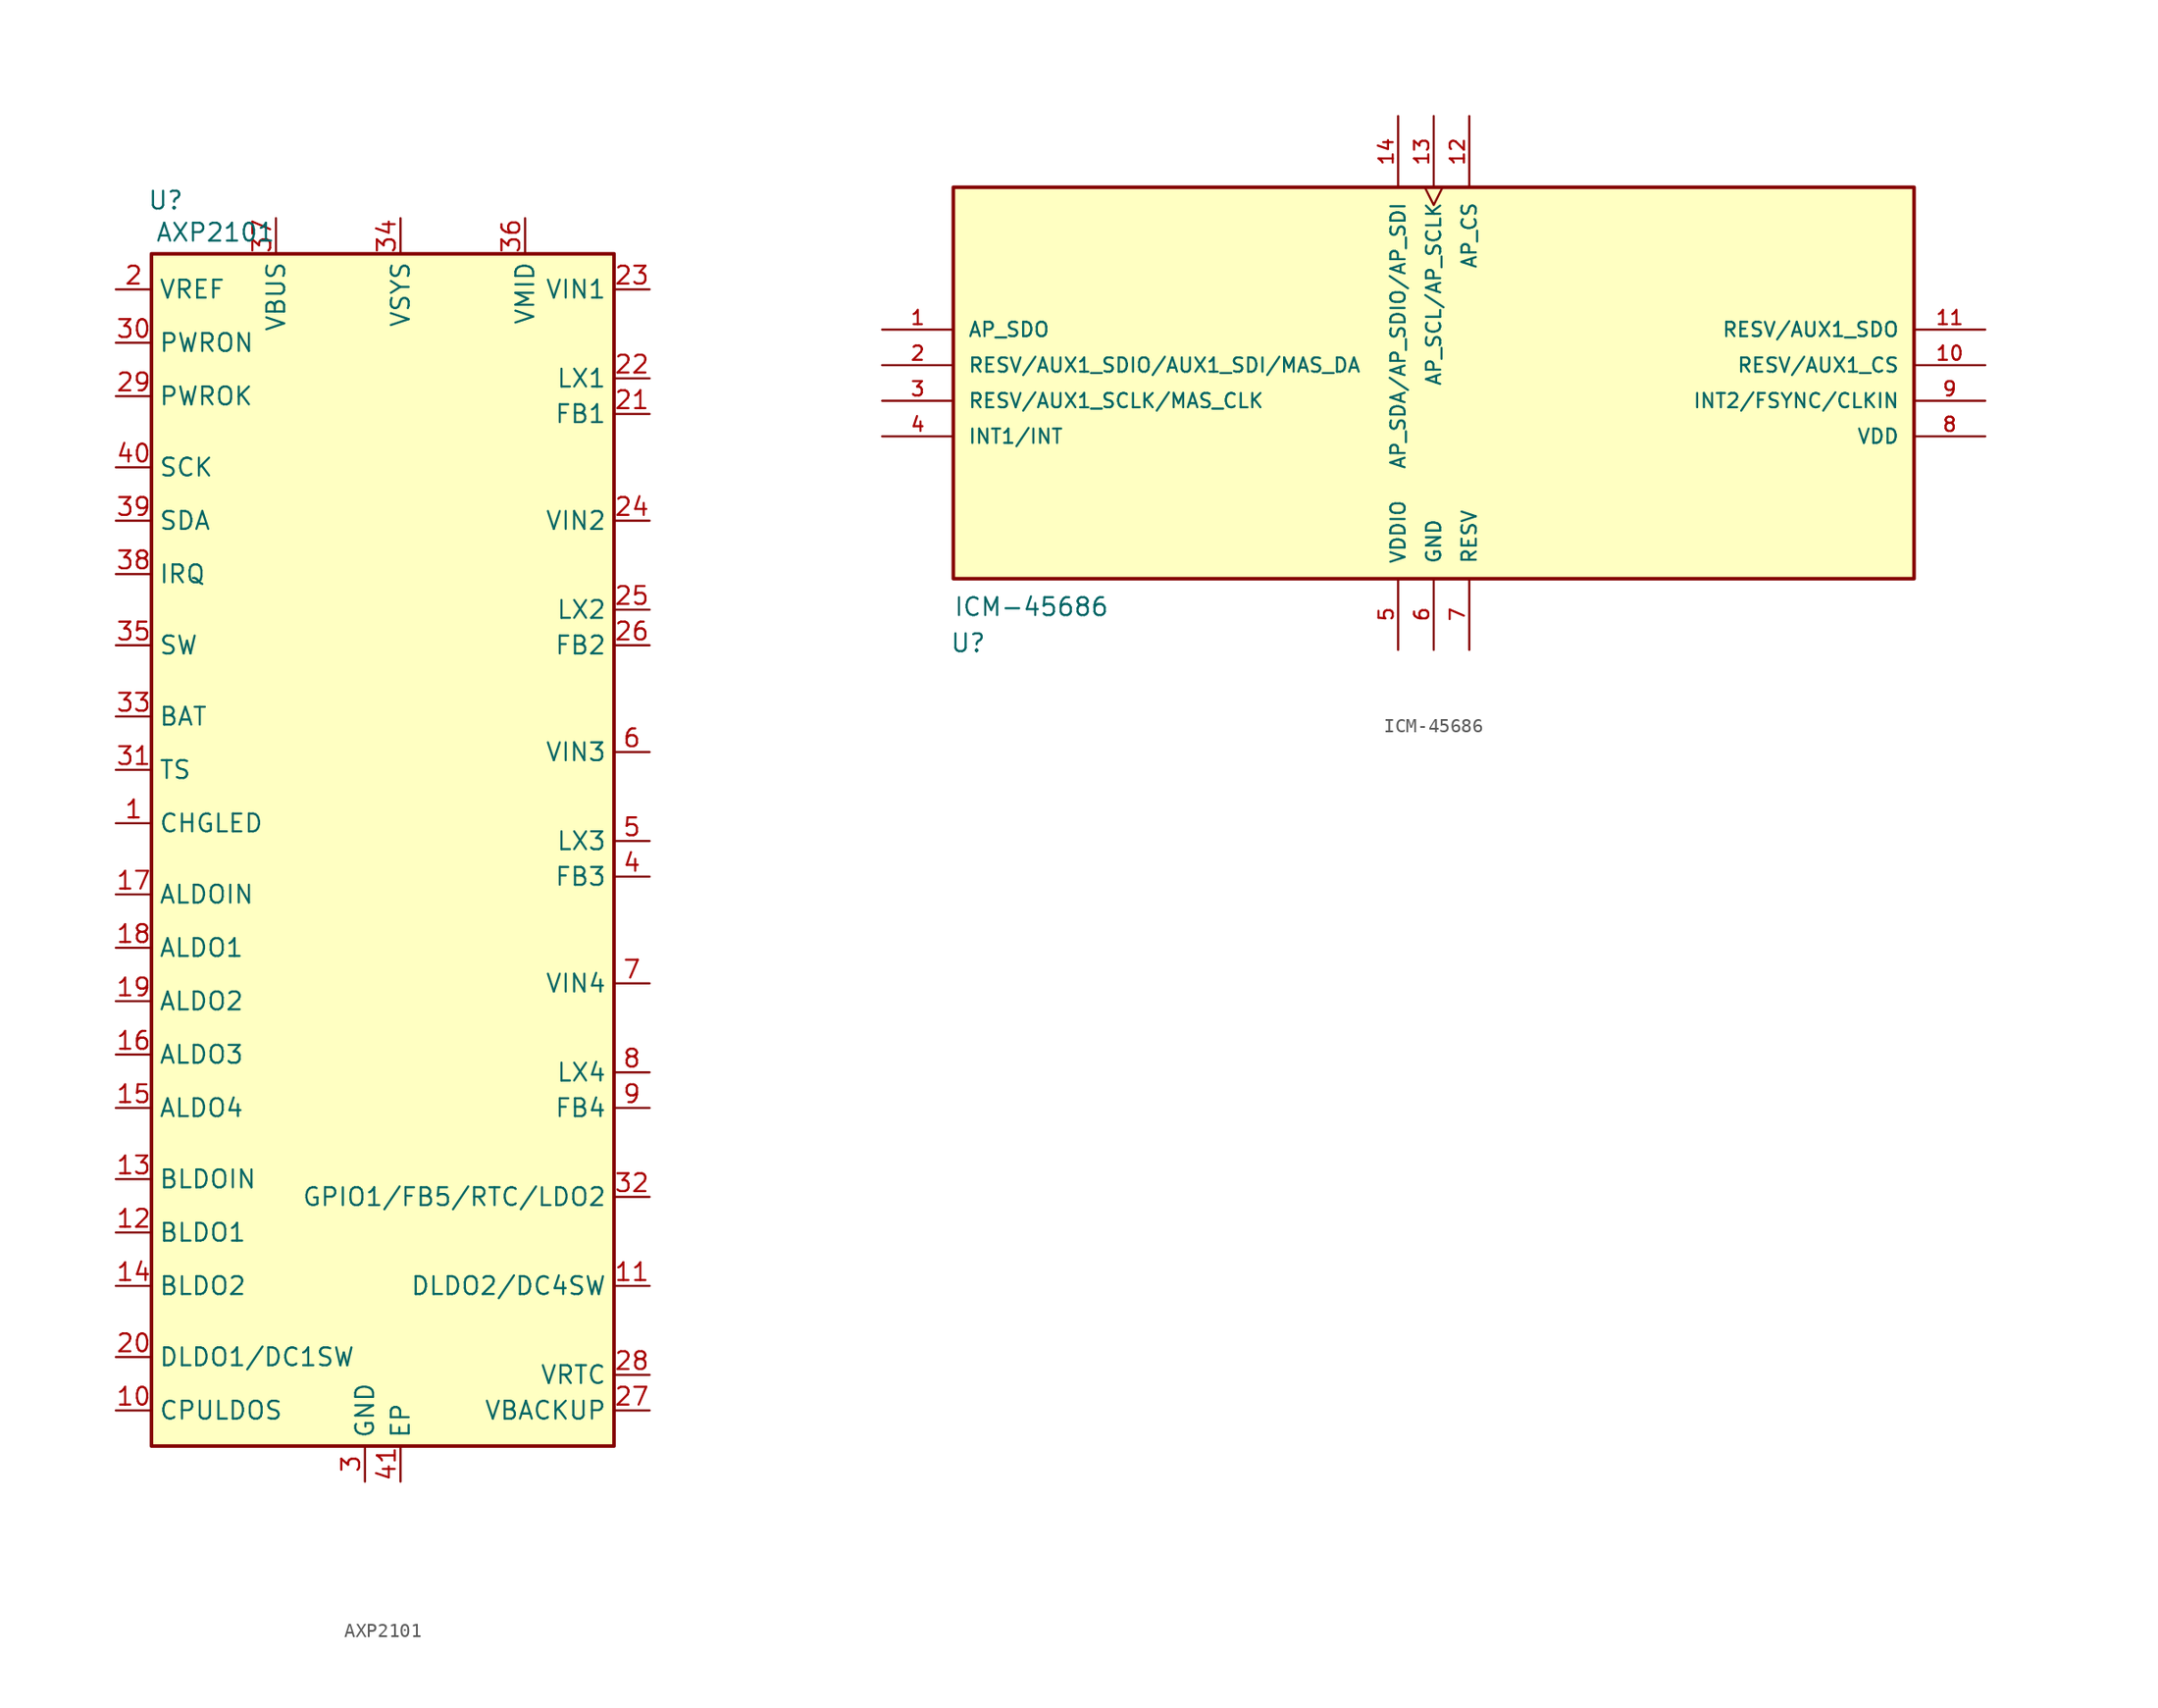
<source format=kicad_sym>
(kicad_symbol_lib
  (version 20241209)
  (generator "kicad_symbol_editor")
  (generator_version "9.0")
  (symbol "AXP2101"
    (property "Reference" "U"
      (at -15.494 46.99 0)
      (effects (font (size 1.27 1.27))))
    (property "Value" "AXP2101"
      (at -11.938 44.704 0)
      (effects (font (size 1.27 1.27))))
    (symbol "AXP2101_0_1"
      (rectangle (start -16.51 43.18) (end 16.51 -41.91) (stroke (width 0.254) (type default)) (fill (type background)))
      (pin unspecified line (at -19.05 40.64 0) (length 2.54) (name "VREF" (effects (font (size 1.27 1.27)))) (number "2" (effects (font (size 1.27 1.27)))))
      (pin unspecified line (at -19.05 36.83 0) (length 2.54) (name "PWRON" (effects (font (size 1.27 1.27)))) (number "30" (effects (font (size 1.27 1.27)))))
      (pin unspecified line (at -19.05 33.02 0) (length 2.54) (name "PWROK" (effects (font (size 1.27 1.27)))) (number "29" (effects (font (size 1.27 1.27)))))
      (pin unspecified line (at -19.05 27.94 0) (length 2.54) (name "SCK" (effects (font (size 1.27 1.27)))) (number "40" (effects (font (size 1.27 1.27)))))
      (pin unspecified line (at -19.05 24.13 0) (length 2.54) (name "SDA" (effects (font (size 1.27 1.27)))) (number "39" (effects (font (size 1.27 1.27)))))
      (pin unspecified line (at -19.05 20.32 0) (length 2.54) (name "IRQ" (effects (font (size 1.27 1.27)))) (number "38" (effects (font (size 1.27 1.27)))))
      (pin unspecified line (at -19.05 15.24 0) (length 2.54) (name "SW" (effects (font (size 1.27 1.27)))) (number "35" (effects (font (size 1.27 1.27)))))
      (pin unspecified line (at -19.05 10.16 0) (length 2.54) (name "BAT" (effects (font (size 1.27 1.27)))) (number "33" (effects (font (size 1.27 1.27)))))
      (pin unspecified line (at -19.05 6.35 0) (length 2.54) (name "TS" (effects (font (size 1.27 1.27)))) (number "31" (effects (font (size 1.27 1.27)))))
      (pin unspecified line (at -19.05 2.54 0) (length 2.54) (name "CHGLED" (effects (font (size 1.27 1.27)))) (number "1" (effects (font (size 1.27 1.27)))))
      (pin unspecified line (at -19.05 -2.54 0) (length 2.54) (name "ALDOIN" (effects (font (size 1.27 1.27)))) (number "17" (effects (font (size 1.27 1.27)))))
      (pin unspecified line (at -19.05 -6.35 0) (length 2.54) (name "ALDO1" (effects (font (size 1.27 1.27)))) (number "18" (effects (font (size 1.27 1.27)))))
      (pin unspecified line (at -19.05 -10.16 0) (length 2.54) (name "ALDO2" (effects (font (size 1.27 1.27)))) (number "19" (effects (font (size 1.27 1.27)))))
      (pin unspecified line (at -19.05 -13.97 0) (length 2.54) (name "ALDO3" (effects (font (size 1.27 1.27)))) (number "16" (effects (font (size 1.27 1.27)))))
      (pin unspecified line (at -19.05 -17.78 0) (length 2.54) (name "ALDO4" (effects (font (size 1.27 1.27)))) (number "15" (effects (font (size 1.27 1.27)))))
      (pin unspecified line (at -19.05 -22.86 0) (length 2.54) (name "BLDOIN" (effects (font (size 1.27 1.27)))) (number "13" (effects (font (size 1.27 1.27)))))
      (pin unspecified line (at -19.05 -26.67 0) (length 2.54) (name "BLDO1" (effects (font (size 1.27 1.27)))) (number "12" (effects (font (size 1.27 1.27)))))
      (pin unspecified line (at -19.05 -30.48 0) (length 2.54) (name "BLDO2" (effects (font (size 1.27 1.27)))) (number "14" (effects (font (size 1.27 1.27)))))
      (pin unspecified line (at -19.05 -35.56 0) (length 2.54) (name "DLDO1/DC1SW" (effects (font (size 1.27 1.27)))) (number "20" (effects (font (size 1.27 1.27)))))
      (pin unspecified line (at -19.05 -39.37 0) (length 2.54) (name "CPULDOS" (effects (font (size 1.27 1.27)))) (number "10" (effects (font (size 1.27 1.27)))))
      (pin unspecified line (at -7.62 45.72 270) (length 2.54) (name "VBUS" (effects (font (size 1.27 1.27)))) (number "37" (effects (font (size 1.27 1.27)))))
      (pin unspecified line (at -1.27 -44.45 90) (length 2.54) (name "GND" (effects (font (size 1.27 1.27)))) (number "3" (effects (font (size 1.27 1.27)))))
      (pin unspecified line (at 1.27 45.72 270) (length 2.54) (name "VSYS" (effects (font (size 1.27 1.27)))) (number "34" (effects (font (size 1.27 1.27)))))
      (pin unspecified line (at 1.27 -44.45 90) (length 2.54) (name "EP" (effects (font (size 1.27 1.27)))) (number "41" (effects (font (size 1.27 1.27)))))
      (pin unspecified line (at 10.16 45.72 270) (length 2.54) (name "VMID" (effects (font (size 1.27 1.27)))) (number "36" (effects (font (size 1.27 1.27)))))
      (pin unspecified line (at 19.05 40.64 180) (length 2.54) (name "VIN1" (effects (font (size 1.27 1.27)))) (number "23" (effects (font (size 1.27 1.27)))))
      (pin unspecified line (at 19.05 34.29 180) (length 2.54) (name "LX1" (effects (font (size 1.27 1.27)))) (number "22" (effects (font (size 1.27 1.27)))))
      (pin unspecified line (at 19.05 31.75 180) (length 2.54) (name "FB1" (effects (font (size 1.27 1.27)))) (number "21" (effects (font (size 1.27 1.27)))))
      (pin unspecified line (at 19.05 24.13 180) (length 2.54) (name "VIN2" (effects (font (size 1.27 1.27)))) (number "24" (effects (font (size 1.27 1.27)))))
      (pin unspecified line (at 19.05 17.78 180) (length 2.54) (name "LX2" (effects (font (size 1.27 1.27)))) (number "25" (effects (font (size 1.27 1.27)))))
      (pin unspecified line (at 19.05 15.24 180) (length 2.54) (name "FB2" (effects (font (size 1.27 1.27)))) (number "26" (effects (font (size 1.27 1.27)))))
      (pin unspecified line (at 19.05 7.62 180) (length 2.54) (name "VIN3" (effects (font (size 1.27 1.27)))) (number "6" (effects (font (size 1.27 1.27)))))
      (pin unspecified line (at 19.05 1.27 180) (length 2.54) (name "LX3" (effects (font (size 1.27 1.27)))) (number "5" (effects (font (size 1.27 1.27)))))
      (pin unspecified line (at 19.05 -1.27 180) (length 2.54) (name "FB3" (effects (font (size 1.27 1.27)))) (number "4" (effects (font (size 1.27 1.27)))))
      (pin unspecified line (at 19.05 -8.89 180) (length 2.54) (name "VIN4" (effects (font (size 1.27 1.27)))) (number "7" (effects (font (size 1.27 1.27)))))
      (pin unspecified line (at 19.05 -15.24 180) (length 2.54) (name "LX4" (effects (font (size 1.27 1.27)))) (number "8" (effects (font (size 1.27 1.27)))))
      (pin unspecified line (at 19.05 -17.78 180) (length 2.54) (name "FB4" (effects (font (size 1.27 1.27)))) (number "9" (effects (font (size 1.27 1.27)))))
      (pin unspecified line (at 19.05 -24.13 180) (length 2.54) (name "GPIO1/FB5/RTC/LDO2" (effects (font (size 1.27 1.27)))) (number "32" (effects (font (size 1.27 1.27)))))
      (pin unspecified line (at 19.05 -30.48 180) (length 2.54) (name "DLDO2/DC4SW" (effects (font (size 1.27 1.27)))) (number "11" (effects (font (size 1.27 1.27)))))
      (pin unspecified line (at 19.05 -36.83 180) (length 2.54) (name "VRTC" (effects (font (size 1.27 1.27)))) (number "28" (effects (font (size 1.27 1.27)))))
      (pin unspecified line (at 19.05 -39.37 180) (length 2.54) (name "VBACKUP" (effects (font (size 1.27 1.27)))) (number "27" (effects (font (size 1.27 1.27)))))))
  (symbol "ICM-45686"
    (pin_names
      (offset 1.016))
    (property "Reference" "U"
      (at -34.544 -19.304 0)
      (effects (font (size 1.27 1.27)) (justify left bottom)))
    (property "Value" "ICM-45686"
      (at -34.29 -15.24 0)
      (effects (font (size 1.27 1.27)) (justify left top)))
    (symbol "ICM-45686_0_0"
      (rectangle (start -34.29 13.97) (end 34.29 -13.97) (stroke (width 0.254) (type default)) (fill (type background)))
      (pin bidirectional line (at -39.37 1.27 0) (length 5.08) (name "RESV/AUX1_SDIO/AUX1_SDI/MAS_DA" (effects (font (size 1.016 1.016)))) (number "2" (effects (font (size 1.016 1.016)))))
      (pin bidirectional line (at -39.37 -1.27 0) (length 5.08) (name "RESV/AUX1_SCLK/MAS_CLK" (effects (font (size 1.016 1.016)))) (number "3" (effects (font (size 1.016 1.016)))))
      (pin output line (at -39.37 -3.81 0) (length 5.08) (name "INT1/INT" (effects (font (size 1.016 1.016)))) (number "4" (effects (font (size 1.016 1.016)))))
      (pin bidirectional line (at -2.54 19.05 270) (length 5.08) (name "AP_SDA/AP_SDIO/AP_SDI" (effects (font (size 1.016 1.016)))) (number "14" (effects (font (size 1.016 1.016)))))
      (pin power_in line (at -2.54 -19.05 90) (length 5.08) (name "VDDIO" (effects (font (size 1.016 1.016)))) (number "5" (effects (font (size 1.016 1.016)))))
      (pin input clock (at 0 19.05 270) (length 5.08) (name "AP_SCL/AP_SCLK" (effects (font (size 1.016 1.016)))) (number "13" (effects (font (size 1.016 1.016)))))
      (pin power_in line (at 0 -19.05 90) (length 5.08) (name "GND" (effects (font (size 1.016 1.016)))) (number "6" (effects (font (size 1.016 1.016)))))
      (pin input line (at 2.54 19.05 270) (length 5.08) (name "AP_CS" (effects (font (size 1.016 1.016)))) (number "12" (effects (font (size 1.016 1.016)))))
      (pin passive line (at 2.54 -19.05 90) (length 5.08) (name "RESV" (effects (font (size 1.016 1.016)))) (number "7" (effects (font (size 1.016 1.016)))))
      (pin output line (at 39.37 3.81 180) (length 5.08) (name "RESV/AUX1_SDO" (effects (font (size 1.016 1.016)))) (number "11" (effects (font (size 1.016 1.016)))))
      (pin input line (at 39.37 1.27 180) (length 5.08) (name "RESV/AUX1_CS" (effects (font (size 1.016 1.016)))) (number "10" (effects (font (size 1.016 1.016)))))
      (pin bidirectional line (at 39.37 -1.27 180) (length 5.08) (name "INT2/FSYNC/CLKIN" (effects (font (size 1.016 1.016)))) (number "9" (effects (font (size 1.016 1.016)))))
      (pin power_in line (at 39.37 -3.81 180) (length 5.08) (name "VDD" (effects (font (size 1.016 1.016)))) (number "8" (effects (font (size 1.016 1.016))))))
    (symbol "ICM-45686_1_0"
      (pin bidirectional line (at -39.37 3.81 0) (length 5.08) (name "AP_SDO" (effects (font (size 1.016 1.016)))) (number "1" (effects (font (size 1.016 1.016))))))))
</source>
